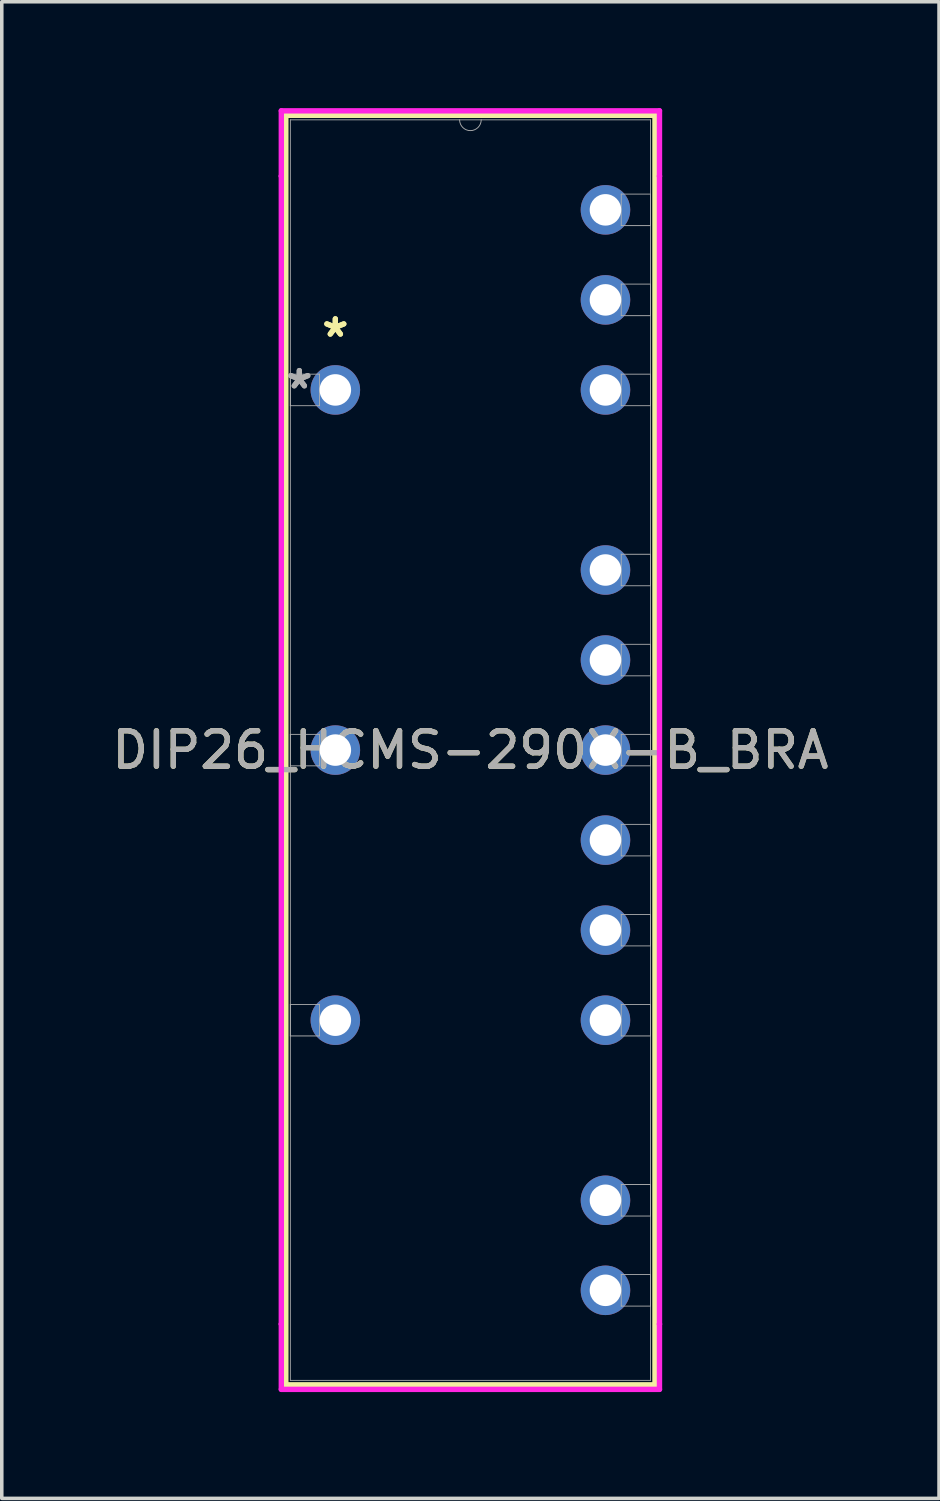
<source format=kicad_pcb>
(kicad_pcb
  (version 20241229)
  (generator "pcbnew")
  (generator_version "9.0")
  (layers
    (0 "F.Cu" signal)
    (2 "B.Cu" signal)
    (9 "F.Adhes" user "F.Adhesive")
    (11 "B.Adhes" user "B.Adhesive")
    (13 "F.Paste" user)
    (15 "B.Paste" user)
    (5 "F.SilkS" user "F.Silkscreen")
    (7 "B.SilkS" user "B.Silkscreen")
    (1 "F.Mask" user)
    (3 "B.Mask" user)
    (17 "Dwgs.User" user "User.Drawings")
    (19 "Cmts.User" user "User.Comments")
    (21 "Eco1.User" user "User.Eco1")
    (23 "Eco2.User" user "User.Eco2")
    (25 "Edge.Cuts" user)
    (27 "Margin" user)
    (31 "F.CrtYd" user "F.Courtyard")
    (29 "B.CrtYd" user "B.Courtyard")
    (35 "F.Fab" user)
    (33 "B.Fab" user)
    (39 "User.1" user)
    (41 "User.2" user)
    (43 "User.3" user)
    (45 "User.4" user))
  (footprint "DIP26_HCMS-290X-B_BRA"
    (layer "F.Cu")
    (at 6.41 7.95)
    (property "Reference" "DIP26_HCMS-290X-B_BRA" (at 3.81 10.16 0) (unlocked yes) (layer "F.SilkS") (effects (font (size 1 1) (thickness 0.15))))
    (attr through_hole)
    (fp_line (start -1.397 -7.747) (end -1.397 28.067) (stroke (width 0.152) (type solid)) (layer "F.SilkS"))
    (fp_line (start -1.397 28.067) (end 9.017 28.067) (stroke (width 0.152) (type solid)) (layer "F.SilkS"))
    (fp_line (start 9.017 -7.747) (end -1.397 -7.747) (stroke (width 0.152) (type solid)) (layer "F.SilkS"))
    (fp_line (start 9.017 28.067) (end 9.017 -7.747) (stroke (width 0.152) (type solid)) (layer "F.SilkS"))
    (fp_line (start -1.524 -7.874) (end 9.144 -7.874) (stroke (width 0.152) (type solid)) (layer "F.CrtYd"))
    (fp_line (start -1.524 -6.032) (end -1.524 -7.874) (stroke (width 0.152) (type solid)) (layer "F.CrtYd"))
    (fp_line (start -1.524 -6.032) (end -1.524 -6.032) (stroke (width 0.152) (type solid)) (layer "F.CrtYd"))
    (fp_line (start -1.524 26.352) (end -1.524 -6.032) (stroke (width 0.152) (type solid)) (layer "F.CrtYd"))
    (fp_line (start -1.524 26.352) (end -1.524 26.352) (stroke (width 0.152) (type solid)) (layer "F.CrtYd"))
    (fp_line (start -1.524 28.194) (end -1.524 26.352) (stroke (width 0.152) (type solid)) (layer "F.CrtYd"))
    (fp_line (start 9.144 -7.874) (end 9.144 -6.032) (stroke (width 0.152) (type solid)) (layer "F.CrtYd"))
    (fp_line (start 9.144 -6.032) (end 9.144 -6.032) (stroke (width 0.152) (type solid)) (layer "F.CrtYd"))
    (fp_line (start 9.144 -6.032) (end 9.144 26.352) (stroke (width 0.152) (type solid)) (layer "F.CrtYd"))
    (fp_line (start 9.144 26.352) (end 9.144 26.352) (stroke (width 0.152) (type solid)) (layer "F.CrtYd"))
    (fp_line (start 9.144 26.352) (end 9.144 28.194) (stroke (width 0.152) (type solid)) (layer "F.CrtYd"))
    (fp_line (start 9.144 28.194) (end -1.524 28.194) (stroke (width 0.152) (type solid)) (layer "F.CrtYd"))
    (fp_line (start -1.27 -7.62) (end -1.27 27.94) (stroke (width 0.025) (type solid)) (layer "F.Fab"))
    (fp_line (start -1.27 -0.445) (end -0.445 -0.445) (stroke (width 0.025) (type solid)) (layer "F.Fab"))
    (fp_line (start -1.27 0.445) (end -1.27 -0.445) (stroke (width 0.025) (type solid)) (layer "F.Fab"))
    (fp_line (start -1.27 9.716) (end -0.445 9.716) (stroke (width 0.025) (type solid)) (layer "F.Fab"))
    (fp_line (start -1.27 10.604) (end -1.27 9.716) (stroke (width 0.025) (type solid)) (layer "F.Fab"))
    (fp_line (start -1.27 17.335) (end -0.445 17.335) (stroke (width 0.025) (type solid)) (layer "F.Fab"))
    (fp_line (start -1.27 18.224) (end -1.27 17.335) (stroke (width 0.025) (type solid)) (layer "F.Fab"))
    (fp_line (start -1.27 27.94) (end 8.89 27.94) (stroke (width 0.025) (type solid)) (layer "F.Fab"))
    (fp_line (start -0.445 -0.445) (end -0.445 0.445) (stroke (width 0.025) (type solid)) (layer "F.Fab"))
    (fp_line (start -0.445 0.445) (end -1.27 0.445) (stroke (width 0.025) (type solid)) (layer "F.Fab"))
    (fp_line (start -0.445 9.716) (end -0.445 10.604) (stroke (width 0.025) (type solid)) (layer "F.Fab"))
    (fp_line (start -0.445 10.604) (end -1.27 10.604) (stroke (width 0.025) (type solid)) (layer "F.Fab"))
    (fp_line (start -0.445 17.335) (end -0.445 18.224) (stroke (width 0.025) (type solid)) (layer "F.Fab"))
    (fp_line (start -0.445 18.224) (end -1.27 18.224) (stroke (width 0.025) (type solid)) (layer "F.Fab"))
    (fp_line (start 8.065 -5.524) (end 8.89 -5.524) (stroke (width 0.025) (type solid)) (layer "F.Fab"))
    (fp_line (start 8.065 -4.636) (end 8.065 -5.524) (stroke (width 0.025) (type solid)) (layer "F.Fab"))
    (fp_line (start 8.065 -2.985) (end 8.89 -2.985) (stroke (width 0.025) (type solid)) (layer "F.Fab"))
    (fp_line (start 8.065 -2.095) (end 8.065 -2.985) (stroke (width 0.025) (type solid)) (layer "F.Fab"))
    (fp_line (start 8.065 -0.445) (end 8.89 -0.445) (stroke (width 0.025) (type solid)) (layer "F.Fab"))
    (fp_line (start 8.065 0.445) (end 8.065 -0.445) (stroke (width 0.025) (type solid)) (layer "F.Fab"))
    (fp_line (start 8.065 4.636) (end 8.89 4.636) (stroke (width 0.025) (type solid)) (layer "F.Fab"))
    (fp_line (start 8.065 5.524) (end 8.065 4.636) (stroke (width 0.025) (type solid)) (layer "F.Fab"))
    (fp_line (start 8.065 7.176) (end 8.89 7.176) (stroke (width 0.025) (type solid)) (layer "F.Fab"))
    (fp_line (start 8.065 8.065) (end 8.065 7.176) (stroke (width 0.025) (type solid)) (layer "F.Fab"))
    (fp_line (start 8.065 9.716) (end 8.89 9.716) (stroke (width 0.025) (type solid)) (layer "F.Fab"))
    (fp_line (start 8.065 10.604) (end 8.065 9.716) (stroke (width 0.025) (type solid)) (layer "F.Fab"))
    (fp_line (start 8.065 12.255) (end 8.89 12.255) (stroke (width 0.025) (type solid)) (layer "F.Fab"))
    (fp_line (start 8.065 13.145) (end 8.065 12.255) (stroke (width 0.025) (type solid)) (layer "F.Fab"))
    (fp_line (start 8.065 14.796) (end 8.89 14.796) (stroke (width 0.025) (type solid)) (layer "F.Fab"))
    (fp_line (start 8.065 15.684) (end 8.065 14.796) (stroke (width 0.025) (type solid)) (layer "F.Fab"))
    (fp_line (start 8.065 17.335) (end 8.89 17.335) (stroke (width 0.025) (type solid)) (layer "F.Fab"))
    (fp_line (start 8.065 18.224) (end 8.065 17.335) (stroke (width 0.025) (type solid)) (layer "F.Fab"))
    (fp_line (start 8.065 22.416) (end 8.89 22.416) (stroke (width 0.025) (type solid)) (layer "F.Fab"))
    (fp_line (start 8.065 23.305) (end 8.065 22.416) (stroke (width 0.025) (type solid)) (layer "F.Fab"))
    (fp_line (start 8.065 24.956) (end 8.89 24.956) (stroke (width 0.025) (type solid)) (layer "F.Fab"))
    (fp_line (start 8.065 25.845) (end 8.065 24.956) (stroke (width 0.025) (type solid)) (layer "F.Fab"))
    (fp_line (start 8.89 -7.62) (end -1.27 -7.62) (stroke (width 0.025) (type solid)) (layer "F.Fab"))
    (fp_line (start 8.89 -5.524) (end 8.89 -4.636) (stroke (width 0.025) (type solid)) (layer "F.Fab"))
    (fp_line (start 8.89 -4.636) (end 8.065 -4.636) (stroke (width 0.025) (type solid)) (layer "F.Fab"))
    (fp_line (start 8.89 -2.985) (end 8.89 -2.095) (stroke (width 0.025) (type solid)) (layer "F.Fab"))
    (fp_line (start 8.89 -2.095) (end 8.065 -2.095) (stroke (width 0.025) (type solid)) (layer "F.Fab"))
    (fp_line (start 8.89 -0.445) (end 8.89 0.445) (stroke (width 0.025) (type solid)) (layer "F.Fab"))
    (fp_line (start 8.89 0.445) (end 8.065 0.445) (stroke (width 0.025) (type solid)) (layer "F.Fab"))
    (fp_line (start 8.89 4.636) (end 8.89 5.524) (stroke (width 0.025) (type solid)) (layer "F.Fab"))
    (fp_line (start 8.89 5.524) (end 8.065 5.524) (stroke (width 0.025) (type solid)) (layer "F.Fab"))
    (fp_line (start 8.89 7.176) (end 8.89 8.065) (stroke (width 0.025) (type solid)) (layer "F.Fab"))
    (fp_line (start 8.89 8.065) (end 8.065 8.065) (stroke (width 0.025) (type solid)) (layer "F.Fab"))
    (fp_line (start 8.89 9.716) (end 8.89 10.604) (stroke (width 0.025) (type solid)) (layer "F.Fab"))
    (fp_line (start 8.89 10.604) (end 8.065 10.604) (stroke (width 0.025) (type solid)) (layer "F.Fab"))
    (fp_line (start 8.89 12.255) (end 8.89 13.145) (stroke (width 0.025) (type solid)) (layer "F.Fab"))
    (fp_line (start 8.89 13.145) (end 8.065 13.145) (stroke (width 0.025) (type solid)) (layer "F.Fab"))
    (fp_line (start 8.89 14.796) (end 8.89 15.684) (stroke (width 0.025) (type solid)) (layer "F.Fab"))
    (fp_line (start 8.89 15.684) (end 8.065 15.684) (stroke (width 0.025) (type solid)) (layer "F.Fab"))
    (fp_line (start 8.89 17.335) (end 8.89 18.224) (stroke (width 0.025) (type solid)) (layer "F.Fab"))
    (fp_line (start 8.89 18.224) (end 8.065 18.224) (stroke (width 0.025) (type solid)) (layer "F.Fab"))
    (fp_line (start 8.89 22.416) (end 8.89 23.305) (stroke (width 0.025) (type solid)) (layer "F.Fab"))
    (fp_line (start 8.89 23.305) (end 8.065 23.305) (stroke (width 0.025) (type solid)) (layer "F.Fab"))
    (fp_line (start 8.89 24.956) (end 8.89 25.845) (stroke (width 0.025) (type solid)) (layer "F.Fab"))
    (fp_line (start 8.89 25.845) (end 8.065 25.845) (stroke (width 0.025) (type solid)) (layer "F.Fab"))
    (fp_line (start 8.89 27.94) (end 8.89 -7.62) (stroke (width 0.025) (type solid)) (layer "F.Fab"))
    (fp_arc (start 4.1148 -7.62) (mid 3.81 -7.3152) (end 3.5052 -7.62) (stroke (width 0.0254) (type solid)) (layer "F.Fab"))
    (fp_text user "*" (at 0 -1.46 0) (layer "F.SilkS") (effects (font (size 1 1) (thickness 0.15))))
    (fp_text user "*" (at 0 -1.46 0) (unlocked yes) (layer "F.SilkS") (effects (font (size 1 1) (thickness 0.15))))
    (fp_text user "*" (at -1.016 0 0) (layer "F.Fab") (effects (font (size 1 1) (thickness 0.15))))
    (fp_text user "*" (at -1.016 0 0) (unlocked yes) (layer "F.Fab") (effects (font (size 1 1) (thickness 0.15))))
    (fp_text user "${REFERENCE}" (at 3.81 10.16 0) (unlocked yes) (layer "F.Fab") (effects (font (size 1 1) (thickness 0.15))))
    (pad "3" thru_hole circle (at 0 0) (size 1.397 1.397) (drill 0.889) (layers "*.Cu" "*.Mask"))
    (pad "7" thru_hole circle (at 0 10.16) (size 1.397 1.397) (drill 0.889) (layers "*.Cu" "*.Mask"))
    (pad "10" thru_hole circle (at 0 17.78) (size 1.397 1.397) (drill 0.889) (layers "*.Cu" "*.Mask"))
    (pad "14" thru_hole circle (at 7.62 25.4) (size 1.397 1.397) (drill 0.889) (layers "*.Cu" "*.Mask"))
    (pad "15" thru_hole circle (at 7.62 22.86) (size 1.397 1.397) (drill 0.889) (layers "*.Cu" "*.Mask"))
    (pad "17" thru_hole circle (at 7.62 17.78) (size 1.397 1.397) (drill 0.889) (layers "*.Cu" "*.Mask"))
    (pad "18" thru_hole circle (at 7.62 15.24) (size 1.397 1.397) (drill 0.889) (layers "*.Cu" "*.Mask"))
    (pad "19" thru_hole circle (at 7.62 12.7) (size 1.397 1.397) (drill 0.889) (layers "*.Cu" "*.Mask"))
    (pad "20" thru_hole circle (at 7.62 10.16) (size 1.397 1.397) (drill 0.889) (layers "*.Cu" "*.Mask"))
    (pad "21" thru_hole circle (at 7.62 7.62) (size 1.397 1.397) (drill 0.889) (layers "*.Cu" "*.Mask"))
    (pad "22" thru_hole circle (at 7.62 5.08) (size 1.397 1.397) (drill 0.889) (layers "*.Cu" "*.Mask"))
    (pad "24" thru_hole circle (at 7.62 0) (size 1.397 1.397) (drill 0.889) (layers "*.Cu" "*.Mask"))
    (pad "25" thru_hole circle (at 7.62 -2.54) (size 1.397 1.397) (drill 0.889) (layers "*.Cu" "*.Mask"))
    (pad "26" thru_hole circle (at 7.62 -5.08) (size 1.397 1.397) (drill 0.889) (layers "*.Cu" "*.Mask")))
  (gr_rect
    (start -3 -3)
    (end 23.44 39.22)
    (stroke (width 0.1) (type default))
    (fill no)
    (layer "Edge.Cuts")))
</source>
